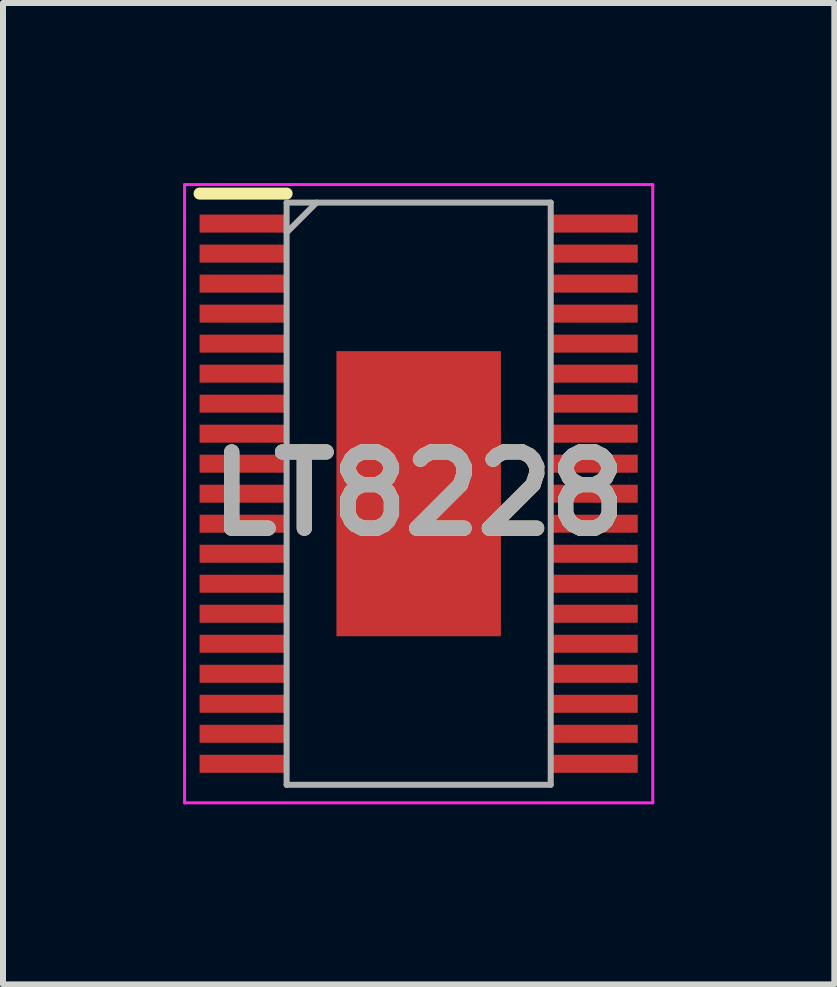
<source format=kicad_pcb>
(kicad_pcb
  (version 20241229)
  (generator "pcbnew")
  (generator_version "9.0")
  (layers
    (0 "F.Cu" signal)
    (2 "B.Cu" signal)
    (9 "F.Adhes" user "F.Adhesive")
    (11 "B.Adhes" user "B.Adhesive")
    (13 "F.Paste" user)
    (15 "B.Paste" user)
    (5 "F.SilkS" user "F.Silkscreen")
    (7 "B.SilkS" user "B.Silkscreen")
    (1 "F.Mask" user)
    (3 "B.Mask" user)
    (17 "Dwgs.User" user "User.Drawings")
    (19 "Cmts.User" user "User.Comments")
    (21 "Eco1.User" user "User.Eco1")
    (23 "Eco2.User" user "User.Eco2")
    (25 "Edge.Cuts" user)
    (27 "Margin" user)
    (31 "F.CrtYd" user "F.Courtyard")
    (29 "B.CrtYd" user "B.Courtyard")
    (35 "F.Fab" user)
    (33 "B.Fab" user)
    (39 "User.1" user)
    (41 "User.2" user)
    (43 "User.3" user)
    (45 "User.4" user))
  (footprint "LT8228"
    (layer "F.Cu")
    (at 3.925 5.175)
    (property "Reference" "LT8228" (at 0 0 0) (layer "F.SilkS") (effects (font (size 1.27 1.27) (thickness 0.254))))
    (attr smd)
    (fp_line (start -3.65 -5) (end -2.2 -5) (stroke (width 0.2) (type solid)) (layer "F.SilkS"))
    (fp_line (start -3.9 -5.15) (end 3.9 -5.15) (stroke (width 0.05) (type solid)) (layer "F.CrtYd"))
    (fp_line (start -3.9 5.15) (end -3.9 -5.15) (stroke (width 0.05) (type solid)) (layer "F.CrtYd"))
    (fp_line (start 3.9 -5.15) (end 3.9 5.15) (stroke (width 0.05) (type solid)) (layer "F.CrtYd"))
    (fp_line (start 3.9 5.15) (end -3.9 5.15) (stroke (width 0.05) (type solid)) (layer "F.CrtYd"))
    (fp_line (start -2.2 -4.85) (end 2.2 -4.85) (stroke (width 0.1) (type solid)) (layer "F.Fab"))
    (fp_line (start -2.2 -4.35) (end -1.7 -4.85) (stroke (width 0.1) (type solid)) (layer "F.Fab"))
    (fp_line (start -2.2 4.85) (end -2.2 -4.85) (stroke (width 0.1) (type solid)) (layer "F.Fab"))
    (fp_line (start 2.2 -4.85) (end 2.2 4.85) (stroke (width 0.1) (type solid)) (layer "F.Fab"))
    (fp_line (start 2.2 4.85) (end -2.2 4.85) (stroke (width 0.1) (type solid)) (layer "F.Fab"))
    (fp_text user "${REFERENCE}" (at 0 0 0) (layer "F.Fab") (effects (font (size 1.27 1.27) (thickness 0.254))))
    (pad "1" smd rect (at -2.925 -4.5 90) (size 0.3 1.45) (layers "F.Cu" "F.Mask" "F.Paste"))
    (pad "2" smd rect (at -2.925 -4 90) (size 0.3 1.45) (layers "F.Cu" "F.Mask" "F.Paste"))
    (pad "3" smd rect (at -2.925 -3.5 90) (size 0.3 1.45) (layers "F.Cu" "F.Mask" "F.Paste"))
    (pad "4" smd rect (at -2.925 -3 90) (size 0.3 1.45) (layers "F.Cu" "F.Mask" "F.Paste"))
    (pad "5" smd rect (at -2.925 -2.5 90) (size 0.3 1.45) (layers "F.Cu" "F.Mask" "F.Paste"))
    (pad "6" smd rect (at -2.925 -2 90) (size 0.3 1.45) (layers "F.Cu" "F.Mask" "F.Paste"))
    (pad "7" smd rect (at -2.925 -1.5 90) (size 0.3 1.45) (layers "F.Cu" "F.Mask" "F.Paste"))
    (pad "8" smd rect (at -2.925 -1 90) (size 0.3 1.45) (layers "F.Cu" "F.Mask" "F.Paste"))
    (pad "9" smd rect (at -2.925 -0.5 90) (size 0.3 1.45) (layers "F.Cu" "F.Mask" "F.Paste"))
    (pad "10" smd rect (at -2.925 0 90) (size 0.3 1.45) (layers "F.Cu" "F.Mask" "F.Paste"))
    (pad "11" smd rect (at -2.925 0.5 90) (size 0.3 1.45) (layers "F.Cu" "F.Mask" "F.Paste"))
    (pad "12" smd rect (at -2.925 1 90) (size 0.3 1.45) (layers "F.Cu" "F.Mask" "F.Paste"))
    (pad "13" smd rect (at -2.925 1.5 90) (size 0.3 1.45) (layers "F.Cu" "F.Mask" "F.Paste"))
    (pad "14" smd rect (at -2.925 2 90) (size 0.3 1.45) (layers "F.Cu" "F.Mask" "F.Paste"))
    (pad "15" smd rect (at -2.925 2.5 90) (size 0.3 1.45) (layers "F.Cu" "F.Mask" "F.Paste"))
    (pad "16" smd rect (at -2.925 3 90) (size 0.3 1.45) (layers "F.Cu" "F.Mask" "F.Paste"))
    (pad "17" smd rect (at -2.925 3.5 90) (size 0.3 1.45) (layers "F.Cu" "F.Mask" "F.Paste"))
    (pad "18" smd rect (at -2.925 4 90) (size 0.3 1.45) (layers "F.Cu" "F.Mask" "F.Paste"))
    (pad "19" smd rect (at -2.925 4.5 90) (size 0.3 1.45) (layers "F.Cu" "F.Mask" "F.Paste"))
    (pad "20" smd rect (at 2.925 4.5 90) (size 0.3 1.45) (layers "F.Cu" "F.Mask" "F.Paste"))
    (pad "21" smd rect (at 2.925 4 90) (size 0.3 1.45) (layers "F.Cu" "F.Mask" "F.Paste"))
    (pad "22" smd rect (at 2.925 3.5 90) (size 0.3 1.45) (layers "F.Cu" "F.Mask" "F.Paste"))
    (pad "23" smd rect (at 2.925 3 90) (size 0.3 1.45) (layers "F.Cu" "F.Mask" "F.Paste"))
    (pad "24" smd rect (at 2.925 2.5 90) (size 0.3 1.45) (layers "F.Cu" "F.Mask" "F.Paste"))
    (pad "25" smd rect (at 2.925 2 90) (size 0.3 1.45) (layers "F.Cu" "F.Mask" "F.Paste"))
    (pad "26" smd rect (at 2.925 1.5 90) (size 0.3 1.45) (layers "F.Cu" "F.Mask" "F.Paste"))
    (pad "27" smd rect (at 2.925 1 90) (size 0.3 1.45) (layers "F.Cu" "F.Mask" "F.Paste"))
    (pad "28" smd rect (at 2.925 0.5 90) (size 0.3 1.45) (layers "F.Cu" "F.Mask" "F.Paste"))
    (pad "29" smd rect (at 2.925 0 90) (size 0.3 1.45) (layers "F.Cu" "F.Mask" "F.Paste"))
    (pad "30" smd rect (at 2.925 -0.5 90) (size 0.3 1.45) (layers "F.Cu" "F.Mask" "F.Paste"))
    (pad "31" smd rect (at 2.925 -1 90) (size 0.3 1.45) (layers "F.Cu" "F.Mask" "F.Paste"))
    (pad "32" smd rect (at 2.925 -1.5 90) (size 0.3 1.45) (layers "F.Cu" "F.Mask" "F.Paste"))
    (pad "33" smd rect (at 2.925 -2 90) (size 0.3 1.45) (layers "F.Cu" "F.Mask" "F.Paste"))
    (pad "34" smd rect (at 2.925 -2.5 90) (size 0.3 1.45) (layers "F.Cu" "F.Mask" "F.Paste"))
    (pad "35" smd rect (at 2.925 -3 90) (size 0.3 1.45) (layers "F.Cu" "F.Mask" "F.Paste"))
    (pad "36" smd rect (at 2.925 -3.5 90) (size 0.3 1.45) (layers "F.Cu" "F.Mask" "F.Paste"))
    (pad "37" smd rect (at 2.925 -4 90) (size 0.3 1.45) (layers "F.Cu" "F.Mask" "F.Paste"))
    (pad "38" smd rect (at 2.925 -4.5 90) (size 0.3 1.45) (layers "F.Cu" "F.Mask" "F.Paste"))
    (pad "39" smd rect (at 0 0) (size 2.74 4.75) (layers "F.Cu" "F.Mask" "F.Paste")))
  (gr_rect
    (start -3 -3)
    (end 10.85 13.35)
    (stroke (width 0.1) (type default))
    (fill no)
    (layer "Edge.Cuts")))
</source>
